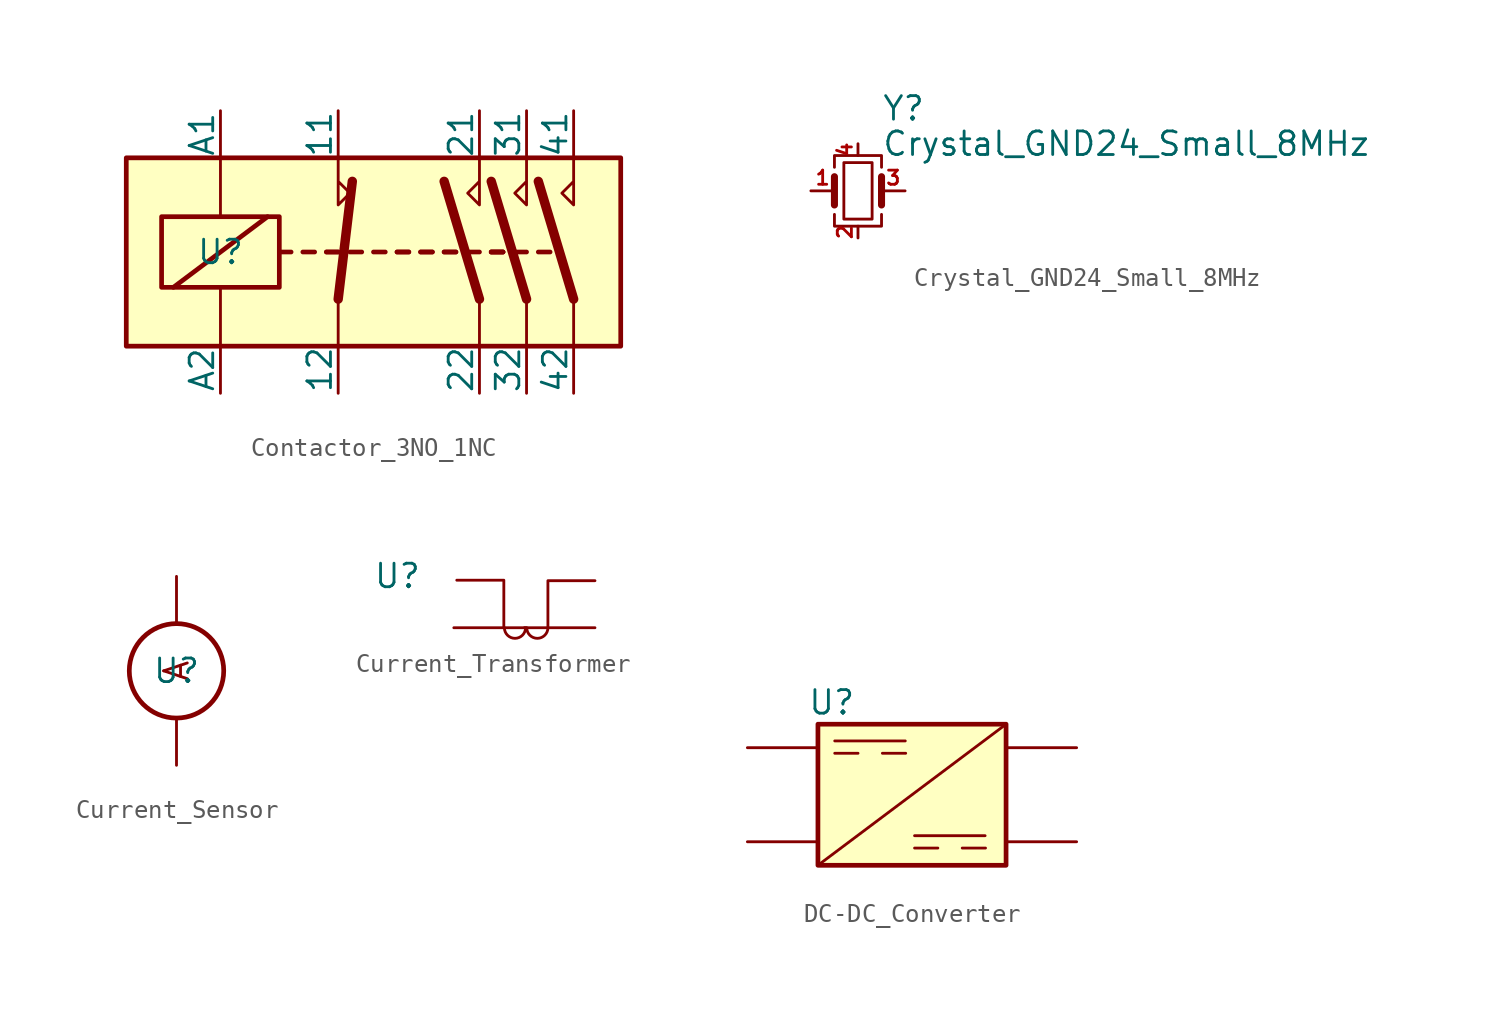
<source format=kicad_sym>
(kicad_symbol_lib
  (version 20231120)
  (generator "kicad_symbol_editor")
  (generator_version "8.0")
  (symbol "Contactor_3NO_1NC"
    (pin_numbers hide)
    (pin_names
      (offset 0))
    (property "Reference" "U"
      (at 0 0 0)
      (effects (font (size 1.27 1.27))))
    (property "Value" ""
      (at 0 0 0)
      (effects (font (size 1.27 1.27))))
    (symbol "Contactor_3NO_1NC_1_1"
      (rectangle (start -5.08 5.08) (end 21.59 -5.08) (stroke (width 0.254) (type default)) (fill (type background)))
      (rectangle (start -3.175 1.905) (end 3.175 -1.905) (stroke (width 0.254) (type default)) (fill (type none)))
      (polyline (pts (xy -2.54 -1.905) (xy 2.54 1.905)) (stroke (width 0.254) (type default)) (fill (type none)))
      (polyline (pts (xy 0 -5.08) (xy 0 -1.905)) (stroke (width 0) (type default)) (fill (type none)))
      (polyline (pts (xy 0 5.08) (xy 0 1.905)) (stroke (width 0) (type default)) (fill (type none)))
      (polyline (pts (xy 3.175 0) (xy 3.81 0)) (stroke (width 0.254) (type default)) (fill (type none)))
      (polyline (pts (xy 4.445 0) (xy 5.08 0)) (stroke (width 0.254) (type default)) (fill (type none)))
      (polyline (pts (xy 5.715 0) (xy 6.35 0)) (stroke (width 0.254) (type default)) (fill (type none)))
      (polyline (pts (xy 5.715 0) (xy 6.35 0)) (stroke (width 0.254) (type default)) (fill (type none)))
      (polyline (pts (xy 6.35 -2.54) (xy 6.35 -5.08)) (stroke (width 0) (type default)) (fill (type none)))
      (polyline (pts (xy 6.35 -2.54) (xy 7.112 3.81)) (stroke (width 0.508) (type default)) (fill (type none)))
      (polyline (pts (xy 6.985 0) (xy 7.62 0)) (stroke (width 0.254) (type default)) (fill (type none)))
      (polyline (pts (xy 8.255 0) (xy 8.89 0)) (stroke (width 0.254) (type default)) (fill (type none)))
      (polyline (pts (xy 9.525 0) (xy 10.16 0)) (stroke (width 0.254) (type default)) (fill (type none)))
      (polyline (pts (xy 9.525 0) (xy 10.16 0)) (stroke (width 0.254) (type default)) (fill (type none)))
      (polyline (pts (xy 10.795 0) (xy 11.43 0)) (stroke (width 0.254) (type default)) (fill (type none)))
      (polyline (pts (xy 10.795 0) (xy 11.43 0)) (stroke (width 0.254) (type default)) (fill (type none)))
      (polyline (pts (xy 12.065 0) (xy 12.7 0)) (stroke (width 0.254) (type default)) (fill (type none)))
      (polyline (pts (xy 12.065 0) (xy 12.7 0)) (stroke (width 0.254) (type default)) (fill (type none)))
      (polyline (pts (xy 13.335 0) (xy 13.97 0)) (stroke (width 0.254) (type default)) (fill (type none)))
      (polyline (pts (xy 13.97 -2.54) (xy 12.065 3.81)) (stroke (width 0.508) (type default)) (fill (type none)))
      (polyline (pts (xy 13.97 -2.54) (xy 13.97 -5.08)) (stroke (width 0) (type default)) (fill (type none)))
      (polyline (pts (xy 14.605 0) (xy 15.24 0)) (stroke (width 0.254) (type default)) (fill (type none)))
      (polyline (pts (xy 14.605 0) (xy 15.24 0)) (stroke (width 0.254) (type default)) (fill (type none)))
      (polyline (pts (xy 14.605 0) (xy 15.24 0)) (stroke (width 0.254) (type default)) (fill (type none)))
      (polyline (pts (xy 15.875 0) (xy 16.51 0)) (stroke (width 0.254) (type default)) (fill (type none)))
      (polyline (pts (xy 16.51 -2.54) (xy 14.605 3.81)) (stroke (width 0.508) (type default)) (fill (type none)))
      (polyline (pts (xy 16.51 -2.54) (xy 16.51 -5.08)) (stroke (width 0) (type default)) (fill (type none)))
      (polyline (pts (xy 17.145 0) (xy 17.78 0)) (stroke (width 0.254) (type default)) (fill (type none)))
      (polyline (pts (xy 19.05 -2.54) (xy 17.145 3.81)) (stroke (width 0.508) (type default)) (fill (type none)))
      (polyline (pts (xy 19.05 -2.54) (xy 19.05 -5.08)) (stroke (width 0) (type default)) (fill (type none)))
      (polyline (pts (xy 6.35 5.08) (xy 6.35 2.54) (xy 6.985 3.175) (xy 6.35 3.81)) (stroke (width 0) (type default)) (fill (type none)))
      (polyline (pts (xy 13.97 5.08) (xy 13.97 2.54) (xy 13.335 3.175) (xy 13.97 3.81)) (stroke (width 0) (type default)) (fill (type none)))
      (polyline (pts (xy 16.51 5.08) (xy 16.51 2.54) (xy 15.875 3.175) (xy 16.51 3.81)) (stroke (width 0) (type default)) (fill (type none)))
      (polyline (pts (xy 19.05 5.08) (xy 19.05 2.54) (xy 18.415 3.175) (xy 19.05 3.81)) (stroke (width 0) (type default)) (fill (type none)))
      (pin passive line (at 0 7.62 270) (length 2.54) (name "A1" (effects (font (size 1.27 1.27)))) (number "1" (effects (font (size 1.27 1.27)))))
      (pin passive line (at 0 -7.62 90) (length 2.54) (name "A2" (effects (font (size 1.27 1.27)))) (number "2" (effects (font (size 1.27 1.27)))))
      (pin passive line (at 6.35 -7.62 90) (length 2.54) (name "12" (effects (font (size 1.27 1.27)))) (number "3" (effects (font (size 1.27 1.27)))))
      (pin passive line (at 13.97 -7.62 90) (length 2.54) (name "22" (effects (font (size 1.27 1.27)))) (number "3" (effects (font (size 1.27 1.27)))))
      (pin passive line (at 16.51 -7.62 90) (length 2.54) (name "32" (effects (font (size 1.27 1.27)))) (number "3" (effects (font (size 1.27 1.27)))))
      (pin passive line (at 19.05 -7.62 90) (length 2.54) (name "42" (effects (font (size 1.27 1.27)))) (number "3" (effects (font (size 1.27 1.27)))))
      (pin passive line (at 6.35 7.62 270) (length 2.54) (name "11" (effects (font (size 1.27 1.27)))) (number "4" (effects (font (size 1.27 1.27)))))
      (pin passive line (at 13.97 7.62 270) (length 2.54) (name "21" (effects (font (size 1.27 1.27)))) (number "4" (effects (font (size 1.27 1.27)))))
      (pin passive line (at 16.51 7.62 270) (length 2.54) (name "31" (effects (font (size 1.27 1.27)))) (number "4" (effects (font (size 1.27 1.27)))))
      (pin passive line (at 19.05 7.62 270) (length 2.54) (name "41" (effects (font (size 1.27 1.27)))) (number "4" (effects (font (size 1.27 1.27)))))))
  (symbol "Crystal_GND24_Small_8MHz"
    (pin_names
      (offset 1.016) hide)
    (property "Reference" "Y"
      (at 1.27 4.445 0)
      (effects (font (size 1.27 1.27)) (justify left)))
    (property "Value" "Crystal_GND24_Small_8MHz"
      (at 1.27 2.54 0)
      (effects (font (size 1.27 1.27)) (justify left)))
    (symbol "Crystal_GND24_Small_8MHz_0_1"
      (rectangle (start -0.762 -1.524) (end 0.762 1.524) (stroke (width 0) (type default)) (fill (type none)))
      (polyline (pts (xy -1.27 -0.762) (xy -1.27 0.762)) (stroke (width 0.381) (type default)) (fill (type none)))
      (polyline (pts (xy 1.27 -0.762) (xy 1.27 0.762)) (stroke (width 0.381) (type default)) (fill (type none)))
      (polyline (pts (xy -1.27 -1.27) (xy -1.27 -1.905) (xy 1.27 -1.905) (xy 1.27 -1.27)) (stroke (width 0) (type default)) (fill (type none)))
      (polyline (pts (xy -1.27 1.27) (xy -1.27 1.905) (xy 1.27 1.905) (xy 1.27 1.27)) (stroke (width 0) (type default)) (fill (type none))))
    (symbol "Crystal_GND24_Small_8MHz_1_1"
      (pin passive line (at -2.54 0 0) (length 1.27) (name "1" (effects (font (size 1.27 1.27)))) (number "1" (effects (font (size 0.762 0.762)))))
      (pin passive line (at 0 -2.54 90) (length 0.635) (name "2" (effects (font (size 1.27 1.27)))) (number "2" (effects (font (size 0.762 0.762)))))
      (pin passive line (at 2.54 0 180) (length 1.27) (name "3" (effects (font (size 1.27 1.27)))) (number "3" (effects (font (size 0.762 0.762)))))
      (pin passive line (at 0 2.54 270) (length 0.635) (name "4" (effects (font (size 1.27 1.27)))) (number "4" (effects (font (size 0.762 0.762)))))))
  (symbol "Current_Sensor"
    (property "Reference" "U"
      (at 0 0 0)
      (effects (font (size 1.27 1.27))))
    (property "Value" ""
      (at 0 0 0)
      (effects (font (size 1.27 1.27))))
    (symbol "Current_Sensor_0_1"
      (circle (center 0 0) (radius 2.54) (stroke (width 0.254) (type default)) (fill (type none))))
    (symbol "Current_Sensor_1_1"
      (text "A" (at 0 0 900) (effects (font (size 1.27 1.27))))
      (pin passive line (at 0 -5.08 90) (length 2.54) (name "" (effects (font (size 1.27 1.27)))) (number "" (effects (font (size 1.27 1.27)))))
      (pin passive line (at 0 5.08 270) (length 2.54) (name "" (effects (font (size 1.27 1.27)))) (number "" (effects (font (size 1.27 1.27)))))))
  (symbol "Current_Transformer"
    (property "Reference" "U"
      (at -6.858 2.794 0)
      (effects (font (size 1.27 1.27))))
    (property "Value" ""
      (at 0 0 0)
      (effects (font (size 1.27 1.27))))
    (symbol "Current_Transformer_0_1"
      (arc (start -1.0795 0) (mid -0.508 -0.5715) (end 0.0635 0) (stroke (width 0) (type default)) (fill (type none)))
      (polyline (pts (xy -3.65 2.567) (xy -1.11 2.567) (xy -1.11 0.027)) (stroke (width 0) (type default)) (fill (type none)))
      (polyline (pts (xy 1.27 0) (xy 1.27 2.54) (xy 3.81 2.54)) (stroke (width 0) (type default)) (fill (type none)))
      (arc (start 0.127 0) (mid 0.6985 -0.5715) (end 1.27 0) (stroke (width 0) (type default)) (fill (type none))))
    (symbol "Current_Transformer_1_1"
      (pin passive line (at -3.81 0 0) (length 3.81) (name "" (effects (font (size 1.27 1.27)))) (number "" (effects (font (size 1.27 1.27)))))
      (pin passive line (at 3.81 0 180) (length 3.81) (name "" (effects (font (size 1.27 1.27)))) (number "" (effects (font (size 1.27 1.27)))))))
  (symbol "DC-DC_Converter"
    (property "Reference" "U"
      (at 0.745 -6.443 0)
      (effects (font (size 1.27 1.27))))
    (property "Value" ""
      (at 0 0 0)
      (effects (font (size 1.27 1.27))))
    (symbol "DC-DC_Converter_0_0"
      (rectangle (start 0 -7.62) (end 10.16 -15.24) (stroke (width 0.254) (type default)) (fill (type background))))
    (symbol "DC-DC_Converter_0_1"
      (polyline (pts (xy 0.907 -8.523) (xy 4.717 -8.523)) (stroke (width 0) (type default)) (fill (type none)))
      (polyline (pts (xy 5.218 -13.642) (xy 9.028 -13.642)) (stroke (width 0) (type default)) (fill (type none)))
      (polyline (pts (xy 0 -15.24) (xy 10.16 -7.62) (xy 0 -15.24)) (stroke (width 0) (type default)) (fill (type none))))
    (symbol "DC-DC_Converter_1_0"
      (pin input line (at -3.81 -13.97 0) (length 3.81) (name "" (effects (font (size 1.016 1.016)))) (number "" (effects (font (size 1.016 1.016)))))
      (pin input line (at -3.81 -8.89 0) (length 3.81) (name "" (effects (font (size 1.016 1.016)))) (number "" (effects (font (size 1.016 1.016)))))
      (pin output line (at 13.97 -13.97 180) (length 3.81) (name "" (effects (font (size 1.016 1.016)))) (number "" (effects (font (size 1.016 1.016)))))
      (pin output line (at 13.97 -8.89 180) (length 3.81) (name "" (effects (font (size 1.016 1.016)))) (number "" (effects (font (size 1.016 1.016))))))
    (symbol "DC-DC_Converter_1_1"
      (polyline (pts (xy 0.907 -9.19) (xy 2.165 -9.19)) (stroke (width 0) (type default)) (fill (type none)))
      (polyline (pts (xy 3.481 -9.19) (xy 4.739 -9.19)) (stroke (width 0) (type default)) (fill (type none)))
      (polyline (pts (xy 5.219 -14.309) (xy 6.476 -14.309)) (stroke (width 0) (type default)) (fill (type none)))
      (polyline (pts (xy 7.793 -14.309) (xy 9.05 -14.309)) (stroke (width 0) (type default)) (fill (type none))))))
</source>
